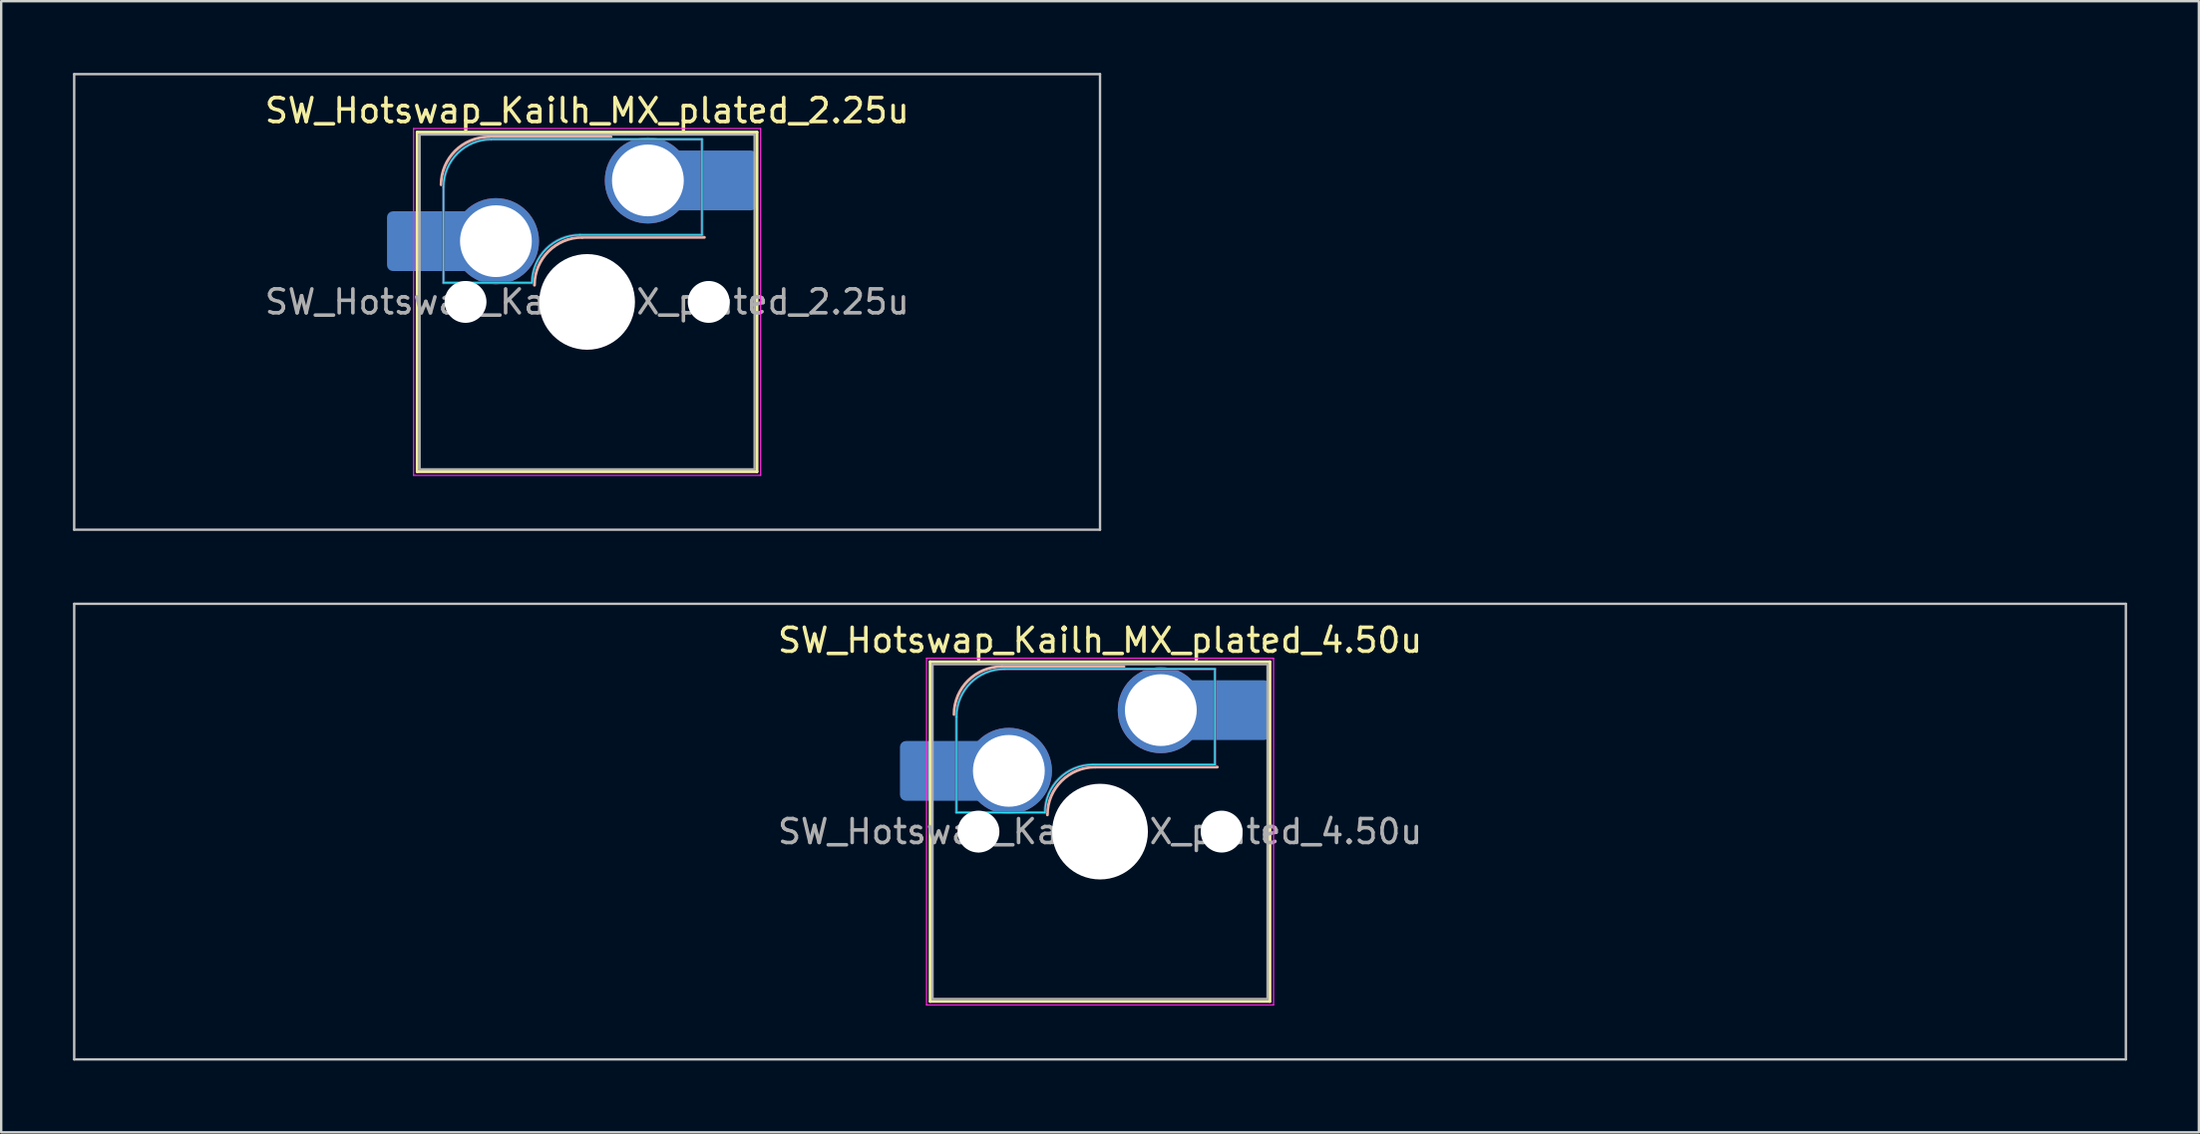
<source format=kicad_pcb>
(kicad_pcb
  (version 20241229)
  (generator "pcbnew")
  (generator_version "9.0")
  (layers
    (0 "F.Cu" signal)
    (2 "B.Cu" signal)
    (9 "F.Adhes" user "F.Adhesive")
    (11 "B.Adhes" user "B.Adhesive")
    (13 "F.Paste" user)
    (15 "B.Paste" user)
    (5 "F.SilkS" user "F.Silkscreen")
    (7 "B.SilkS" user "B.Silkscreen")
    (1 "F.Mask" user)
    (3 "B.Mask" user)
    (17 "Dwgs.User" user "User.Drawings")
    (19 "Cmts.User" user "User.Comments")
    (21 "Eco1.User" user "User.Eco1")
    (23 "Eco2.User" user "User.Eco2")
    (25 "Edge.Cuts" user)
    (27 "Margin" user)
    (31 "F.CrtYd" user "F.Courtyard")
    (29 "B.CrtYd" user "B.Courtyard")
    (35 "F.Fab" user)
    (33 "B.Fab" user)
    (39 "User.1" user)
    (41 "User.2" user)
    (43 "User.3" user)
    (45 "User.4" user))
  (footprint "SW_Hotswap_Kailh_MX_plated_4.50u"
    (layer "F.Cu")
    (at 42.913 31.725)
    (property "Reference" "SW_Hotswap_Kailh_MX_plated_4.50u" (at 0 -8 0) (layer "F.SilkS") (effects (font (size 1 1) (thickness 0.15))))
    (attr smd)
    (fp_line (start -7.1 -7.1) (end -7.1 7.1) (stroke (width 0.12) (type solid)) (layer "F.SilkS"))
    (fp_line (start -7.1 7.1) (end 7.1 7.1) (stroke (width 0.12) (type solid)) (layer "F.SilkS"))
    (fp_line (start 7.1 -7.1) (end -7.1 -7.1) (stroke (width 0.12) (type solid)) (layer "F.SilkS"))
    (fp_line (start 7.1 7.1) (end 7.1 -7.1) (stroke (width 0.12) (type solid)) (layer "F.SilkS"))
    (fp_line (start -4.1 -6.9) (end 1 -6.9) (stroke (width 0.12) (type solid)) (layer "B.SilkS"))
    (fp_line (start -0.2 -2.7) (end 4.9 -2.7) (stroke (width 0.12) (type solid)) (layer "B.SilkS"))
    (fp_arc (start -6.1 -4.9) (mid -5.514214 -6.314214) (end -4.1 -6.9) (stroke (width 0.12) (type solid)) (layer "B.SilkS"))
    (fp_arc (start -2.2 -0.7) (mid -1.614214 -2.114214) (end -0.2 -2.7) (stroke (width 0.12) (type solid)) (layer "B.SilkS"))
    (fp_line (start -42.862 -9.525) (end -42.862 9.525) (stroke (width 0.1) (type solid)) (layer "Dwgs.User"))
    (fp_line (start -42.862 9.525) (end 42.862 9.525) (stroke (width 0.1) (type solid)) (layer "Dwgs.User"))
    (fp_line (start 42.862 -9.525) (end -42.862 -9.525) (stroke (width 0.1) (type solid)) (layer "Dwgs.User"))
    (fp_line (start 42.862 9.525) (end 42.862 -9.525) (stroke (width 0.1) (type solid)) (layer "Dwgs.User"))
    (fp_line (start -7.8 -6) (end -7 -6) (stroke (width 0.1) (type solid)) (layer "Eco1.User"))
    (fp_line (start -7.8 -2.9) (end -7.8 -6) (stroke (width 0.1) (type solid)) (layer "Eco1.User"))
    (fp_line (start -7.8 2.9) (end -7 2.9) (stroke (width 0.1) (type solid)) (layer "Eco1.User"))
    (fp_line (start -7.8 6) (end -7.8 2.9) (stroke (width 0.1) (type solid)) (layer "Eco1.User"))
    (fp_line (start -7 -7) (end 7 -7) (stroke (width 0.1) (type solid)) (layer "Eco1.User"))
    (fp_line (start -7 -6) (end -7 -7) (stroke (width 0.1) (type solid)) (layer "Eco1.User"))
    (fp_line (start -7 -2.9) (end -7.8 -2.9) (stroke (width 0.1) (type solid)) (layer "Eco1.User"))
    (fp_line (start -7 2.9) (end -7 -2.9) (stroke (width 0.1) (type solid)) (layer "Eco1.User"))
    (fp_line (start -7 6) (end -7.8 6) (stroke (width 0.1) (type solid)) (layer "Eco1.User"))
    (fp_line (start -7 7) (end -7 6) (stroke (width 0.1) (type solid)) (layer "Eco1.User"))
    (fp_line (start 7 -7) (end 7 -6) (stroke (width 0.1) (type solid)) (layer "Eco1.User"))
    (fp_line (start 7 -6) (end 7.8 -6) (stroke (width 0.1) (type solid)) (layer "Eco1.User"))
    (fp_line (start 7 -2.9) (end 7 2.9) (stroke (width 0.1) (type solid)) (layer "Eco1.User"))
    (fp_line (start 7 2.9) (end 7.8 2.9) (stroke (width 0.1) (type solid)) (layer "Eco1.User"))
    (fp_line (start 7 6) (end 7 7) (stroke (width 0.1) (type solid)) (layer "Eco1.User"))
    (fp_line (start 7 7) (end -7 7) (stroke (width 0.1) (type solid)) (layer "Eco1.User"))
    (fp_line (start 7.8 -6) (end 7.8 -2.9) (stroke (width 0.1) (type solid)) (layer "Eco1.User"))
    (fp_line (start 7.8 -2.9) (end 7 -2.9) (stroke (width 0.1) (type solid)) (layer "Eco1.User"))
    (fp_line (start 7.8 2.9) (end 7.8 6) (stroke (width 0.1) (type solid)) (layer "Eco1.User"))
    (fp_line (start 7.8 6) (end 7 6) (stroke (width 0.1) (type solid)) (layer "Eco1.User"))
    (fp_line (start -6 -0.8) (end -6 -4.8) (stroke (width 0.05) (type solid)) (layer "B.CrtYd"))
    (fp_line (start -6 -0.8) (end -2.3 -0.8) (stroke (width 0.05) (type solid)) (layer "B.CrtYd"))
    (fp_line (start -4 -6.8) (end 4.8 -6.8) (stroke (width 0.05) (type solid)) (layer "B.CrtYd"))
    (fp_line (start -0.3 -2.8) (end 4.8 -2.8) (stroke (width 0.05) (type solid)) (layer "B.CrtYd"))
    (fp_line (start 4.8 -6.8) (end 4.8 -2.8) (stroke (width 0.05) (type solid)) (layer "B.CrtYd"))
    (fp_arc (start -6 -4.8) (mid -5.414214 -6.214214) (end -4 -6.8) (stroke (width 0.05) (type solid)) (layer "B.CrtYd"))
    (fp_arc (start -2.3 -0.8) (mid -1.714214 -2.214214) (end -0.3 -2.8) (stroke (width 0.05) (type solid)) (layer "B.CrtYd"))
    (fp_line (start -7.25 -7.25) (end -7.25 7.25) (stroke (width 0.05) (type solid)) (layer "F.CrtYd"))
    (fp_line (start -7.25 7.25) (end 7.25 7.25) (stroke (width 0.05) (type solid)) (layer "F.CrtYd"))
    (fp_line (start 7.25 -7.25) (end -7.25 -7.25) (stroke (width 0.05) (type solid)) (layer "F.CrtYd"))
    (fp_line (start 7.25 7.25) (end 7.25 -7.25) (stroke (width 0.05) (type solid)) (layer "F.CrtYd"))
    (fp_line (start -6 -0.8) (end -6 -4.8) (stroke (width 0.12) (type solid)) (layer "B.Fab"))
    (fp_line (start -6 -0.8) (end -2.3 -0.8) (stroke (width 0.12) (type solid)) (layer "B.Fab"))
    (fp_line (start -4 -6.8) (end 4.8 -6.8) (stroke (width 0.12) (type solid)) (layer "B.Fab"))
    (fp_line (start -0.3 -2.8) (end 4.8 -2.8) (stroke (width 0.12) (type solid)) (layer "B.Fab"))
    (fp_line (start 4.8 -6.8) (end 4.8 -2.8) (stroke (width 0.12) (type solid)) (layer "B.Fab"))
    (fp_arc (start -6 -4.8) (mid -5.414214 -6.214214) (end -4 -6.8) (stroke (width 0.12) (type solid)) (layer "B.Fab"))
    (fp_arc (start -2.3 -0.8) (mid -1.714214 -2.214214) (end -0.3 -2.8) (stroke (width 0.12) (type solid)) (layer "B.Fab"))
    (fp_line (start -7 -7) (end -7 7) (stroke (width 0.1) (type solid)) (layer "F.Fab"))
    (fp_line (start -7 7) (end 7 7) (stroke (width 0.1) (type solid)) (layer "F.Fab"))
    (fp_line (start 7 -7) (end -7 -7) (stroke (width 0.1) (type solid)) (layer "F.Fab"))
    (fp_line (start 7 7) (end 7 -7) (stroke (width 0.1) (type solid)) (layer "F.Fab"))
    (fp_text user "${REFERENCE}" (at 0 0 0) (layer "F.Fab") (effects (font (size 1 1) (thickness 0.15))))
    (pad "" smd roundrect (at -7.085 -2.54) (size 2.55 2.5) (layers "B.Mask" "B.Paste") (roundrect_rratio 0.1))
    (pad "" np_thru_hole circle (at -5.08 0) (size 1.75 1.75) (drill 1.75) (layers "*.Cu" "*.Mask"))
    (pad "" np_thru_hole circle (at 0 0) (size 4 4) (drill 4) (layers "*.Cu" "*.Mask"))
    (pad "" np_thru_hole circle (at 5.08 0) (size 1.75 1.75) (drill 1.75) (layers "*.Cu" "*.Mask"))
    (pad "" smd roundrect (at 5.842 -5.08) (size 2.55 2.5) (layers "B.Mask" "B.Paste") (roundrect_rratio 0.1))
    (pad "1" smd roundrect (at -6.585 -2.54) (size 3.55 2.5) (layers "B.Cu") (roundrect_rratio 0.1))
    (pad "1" thru_hole circle (at -3.81 -2.54) (size 3.6 3.6) (drill 3) (layers "*.Cu" "B.Mask"))
    (pad "2" thru_hole circle (at 2.54 -5.08) (size 3.6 3.6) (drill 3) (layers "*.Cu" "B.Mask"))
    (pad "2" smd roundrect (at 5.32 -5.08) (size 3.55 2.5) (layers "B.Cu") (roundrect_rratio 0.1)))
  (footprint "SW_Hotswap_Kailh_MX_plated_2.25u"
    (layer "F.Cu")
    (at 21.481 9.575)
    (property "Reference" "SW_Hotswap_Kailh_MX_plated_2.25u" (at 0 -8 0) (layer "F.SilkS") (effects (font (size 1 1) (thickness 0.15))))
    (attr smd)
    (fp_line (start -7.1 -7.1) (end -7.1 7.1) (stroke (width 0.12) (type solid)) (layer "F.SilkS"))
    (fp_line (start -7.1 7.1) (end 7.1 7.1) (stroke (width 0.12) (type solid)) (layer "F.SilkS"))
    (fp_line (start 7.1 -7.1) (end -7.1 -7.1) (stroke (width 0.12) (type solid)) (layer "F.SilkS"))
    (fp_line (start 7.1 7.1) (end 7.1 -7.1) (stroke (width 0.12) (type solid)) (layer "F.SilkS"))
    (fp_line (start -4.1 -6.9) (end 1 -6.9) (stroke (width 0.12) (type solid)) (layer "B.SilkS"))
    (fp_line (start -0.2 -2.7) (end 4.9 -2.7) (stroke (width 0.12) (type solid)) (layer "B.SilkS"))
    (fp_arc (start -6.1 -4.9) (mid -5.514214 -6.314214) (end -4.1 -6.9) (stroke (width 0.12) (type solid)) (layer "B.SilkS"))
    (fp_arc (start -2.2 -0.7) (mid -1.614214 -2.114214) (end -0.2 -2.7) (stroke (width 0.12) (type solid)) (layer "B.SilkS"))
    (fp_line (start -21.431 -9.525) (end -21.431 9.525) (stroke (width 0.1) (type solid)) (layer "Dwgs.User"))
    (fp_line (start -21.431 9.525) (end 21.431 9.525) (stroke (width 0.1) (type solid)) (layer "Dwgs.User"))
    (fp_line (start 21.431 -9.525) (end -21.431 -9.525) (stroke (width 0.1) (type solid)) (layer "Dwgs.User"))
    (fp_line (start 21.431 9.525) (end 21.431 -9.525) (stroke (width 0.1) (type solid)) (layer "Dwgs.User"))
    (fp_line (start -7.8 -6) (end -7 -6) (stroke (width 0.1) (type solid)) (layer "Eco1.User"))
    (fp_line (start -7.8 -2.9) (end -7.8 -6) (stroke (width 0.1) (type solid)) (layer "Eco1.User"))
    (fp_line (start -7.8 2.9) (end -7 2.9) (stroke (width 0.1) (type solid)) (layer "Eco1.User"))
    (fp_line (start -7.8 6) (end -7.8 2.9) (stroke (width 0.1) (type solid)) (layer "Eco1.User"))
    (fp_line (start -7 -7) (end 7 -7) (stroke (width 0.1) (type solid)) (layer "Eco1.User"))
    (fp_line (start -7 -6) (end -7 -7) (stroke (width 0.1) (type solid)) (layer "Eco1.User"))
    (fp_line (start -7 -2.9) (end -7.8 -2.9) (stroke (width 0.1) (type solid)) (layer "Eco1.User"))
    (fp_line (start -7 2.9) (end -7 -2.9) (stroke (width 0.1) (type solid)) (layer "Eco1.User"))
    (fp_line (start -7 6) (end -7.8 6) (stroke (width 0.1) (type solid)) (layer "Eco1.User"))
    (fp_line (start -7 7) (end -7 6) (stroke (width 0.1) (type solid)) (layer "Eco1.User"))
    (fp_line (start 7 -7) (end 7 -6) (stroke (width 0.1) (type solid)) (layer "Eco1.User"))
    (fp_line (start 7 -6) (end 7.8 -6) (stroke (width 0.1) (type solid)) (layer "Eco1.User"))
    (fp_line (start 7 -2.9) (end 7 2.9) (stroke (width 0.1) (type solid)) (layer "Eco1.User"))
    (fp_line (start 7 2.9) (end 7.8 2.9) (stroke (width 0.1) (type solid)) (layer "Eco1.User"))
    (fp_line (start 7 6) (end 7 7) (stroke (width 0.1) (type solid)) (layer "Eco1.User"))
    (fp_line (start 7 7) (end -7 7) (stroke (width 0.1) (type solid)) (layer "Eco1.User"))
    (fp_line (start 7.8 -6) (end 7.8 -2.9) (stroke (width 0.1) (type solid)) (layer "Eco1.User"))
    (fp_line (start 7.8 -2.9) (end 7 -2.9) (stroke (width 0.1) (type solid)) (layer "Eco1.User"))
    (fp_line (start 7.8 2.9) (end 7.8 6) (stroke (width 0.1) (type solid)) (layer "Eco1.User"))
    (fp_line (start 7.8 6) (end 7 6) (stroke (width 0.1) (type solid)) (layer "Eco1.User"))
    (fp_line (start -6 -0.8) (end -6 -4.8) (stroke (width 0.05) (type solid)) (layer "B.CrtYd"))
    (fp_line (start -6 -0.8) (end -2.3 -0.8) (stroke (width 0.05) (type solid)) (layer "B.CrtYd"))
    (fp_line (start -4 -6.8) (end 4.8 -6.8) (stroke (width 0.05) (type solid)) (layer "B.CrtYd"))
    (fp_line (start -0.3 -2.8) (end 4.8 -2.8) (stroke (width 0.05) (type solid)) (layer "B.CrtYd"))
    (fp_line (start 4.8 -6.8) (end 4.8 -2.8) (stroke (width 0.05) (type solid)) (layer "B.CrtYd"))
    (fp_arc (start -6 -4.8) (mid -5.414214 -6.214214) (end -4 -6.8) (stroke (width 0.05) (type solid)) (layer "B.CrtYd"))
    (fp_arc (start -2.3 -0.8) (mid -1.714214 -2.214214) (end -0.3 -2.8) (stroke (width 0.05) (type solid)) (layer "B.CrtYd"))
    (fp_line (start -7.25 -7.25) (end -7.25 7.25) (stroke (width 0.05) (type solid)) (layer "F.CrtYd"))
    (fp_line (start -7.25 7.25) (end 7.25 7.25) (stroke (width 0.05) (type solid)) (layer "F.CrtYd"))
    (fp_line (start 7.25 -7.25) (end -7.25 -7.25) (stroke (width 0.05) (type solid)) (layer "F.CrtYd"))
    (fp_line (start 7.25 7.25) (end 7.25 -7.25) (stroke (width 0.05) (type solid)) (layer "F.CrtYd"))
    (fp_line (start -6 -0.8) (end -6 -4.8) (stroke (width 0.12) (type solid)) (layer "B.Fab"))
    (fp_line (start -6 -0.8) (end -2.3 -0.8) (stroke (width 0.12) (type solid)) (layer "B.Fab"))
    (fp_line (start -4 -6.8) (end 4.8 -6.8) (stroke (width 0.12) (type solid)) (layer "B.Fab"))
    (fp_line (start -0.3 -2.8) (end 4.8 -2.8) (stroke (width 0.12) (type solid)) (layer "B.Fab"))
    (fp_line (start 4.8 -6.8) (end 4.8 -2.8) (stroke (width 0.12) (type solid)) (layer "B.Fab"))
    (fp_arc (start -6 -4.8) (mid -5.414214 -6.214214) (end -4 -6.8) (stroke (width 0.12) (type solid)) (layer "B.Fab"))
    (fp_arc (start -2.3 -0.8) (mid -1.714214 -2.214214) (end -0.3 -2.8) (stroke (width 0.12) (type solid)) (layer "B.Fab"))
    (fp_line (start -7 -7) (end -7 7) (stroke (width 0.1) (type solid)) (layer "F.Fab"))
    (fp_line (start -7 7) (end 7 7) (stroke (width 0.1) (type solid)) (layer "F.Fab"))
    (fp_line (start 7 -7) (end -7 -7) (stroke (width 0.1) (type solid)) (layer "F.Fab"))
    (fp_line (start 7 7) (end 7 -7) (stroke (width 0.1) (type solid)) (layer "F.Fab"))
    (fp_text user "${REFERENCE}" (at 0 0 0) (layer "F.Fab") (effects (font (size 1 1) (thickness 0.15))))
    (pad "" smd roundrect (at -7.085 -2.54) (size 2.55 2.5) (layers "B.Mask" "B.Paste") (roundrect_rratio 0.1))
    (pad "" np_thru_hole circle (at -5.08 0) (size 1.75 1.75) (drill 1.75) (layers "*.Cu" "*.Mask"))
    (pad "" np_thru_hole circle (at 0 0) (size 4 4) (drill 4) (layers "*.Cu" "*.Mask"))
    (pad "" np_thru_hole circle (at 5.08 0) (size 1.75 1.75) (drill 1.75) (layers "*.Cu" "*.Mask"))
    (pad "" smd roundrect (at 5.842 -5.08) (size 2.55 2.5) (layers "B.Mask" "B.Paste") (roundrect_rratio 0.1))
    (pad "1" smd roundrect (at -6.585 -2.54) (size 3.55 2.5) (layers "B.Cu") (roundrect_rratio 0.1))
    (pad "1" thru_hole circle (at -3.81 -2.54) (size 3.6 3.6) (drill 3) (layers "*.Cu" "B.Mask"))
    (pad "2" thru_hole circle (at 2.54 -5.08) (size 3.6 3.6) (drill 3) (layers "*.Cu" "B.Mask"))
    (pad "2" smd roundrect (at 5.32 -5.08) (size 3.55 2.5) (layers "B.Cu") (roundrect_rratio 0.1)))
  (gr_rect
    (start -3 -3)
    (end 88.825 44.3)
    (stroke (width 0.1) (type default))
    (fill no)
    (layer "Edge.Cuts")))
</source>
